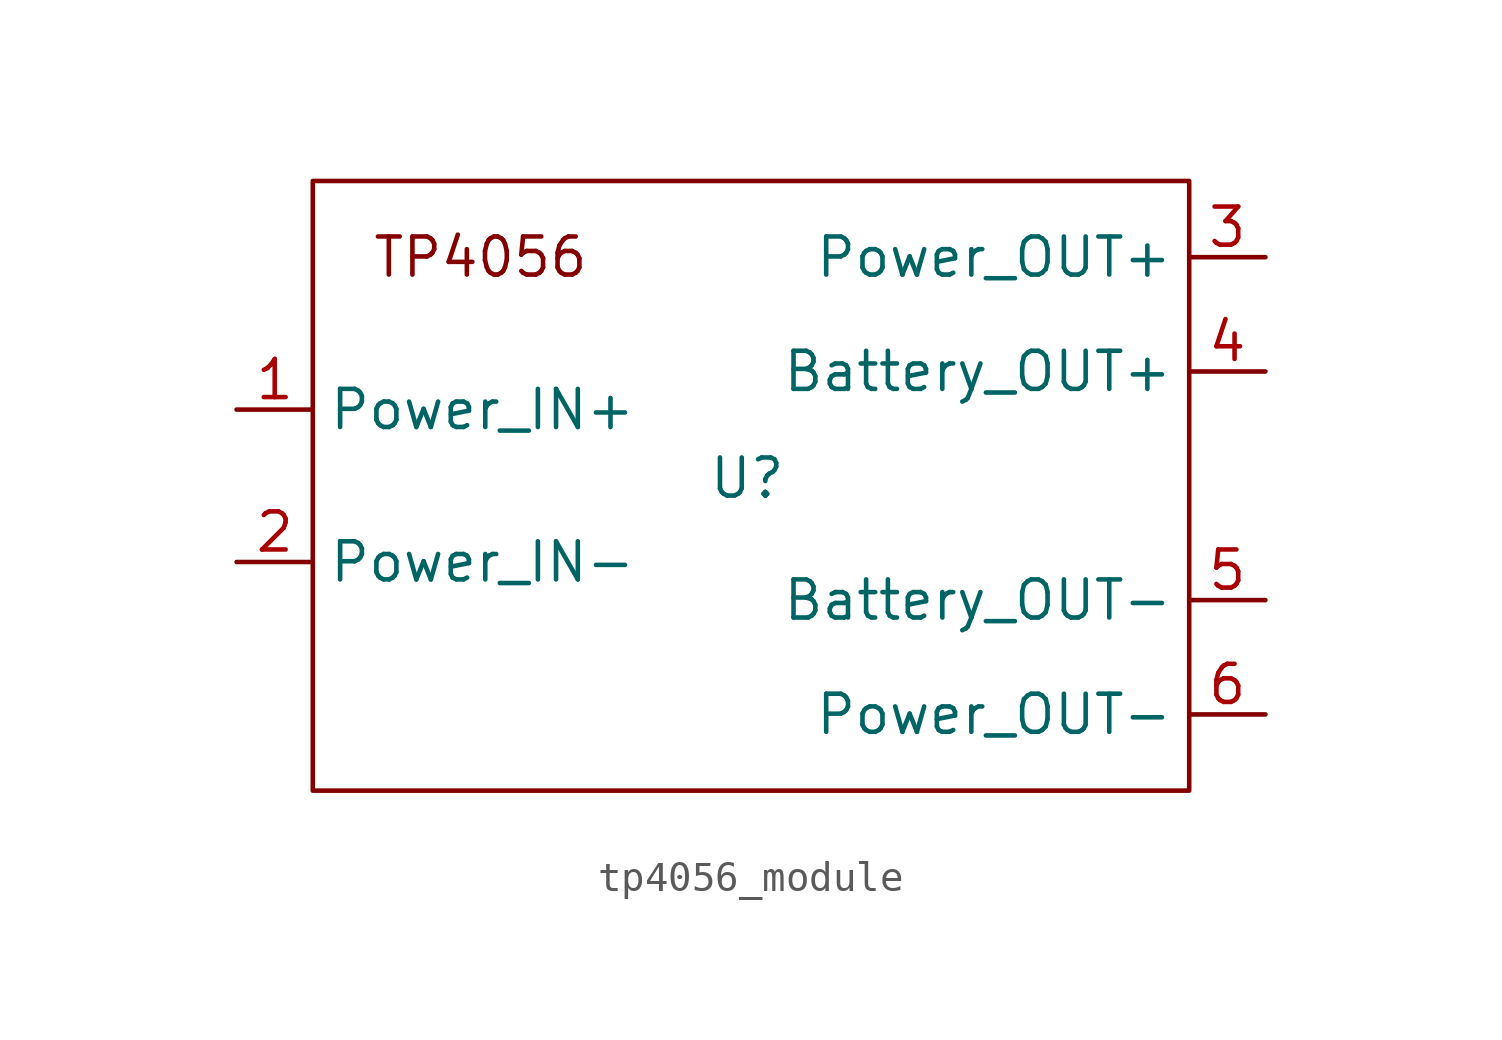
<source format=kicad_sym>
(kicad_symbol_lib
  (version 20231120)
  (generator "kicad_symbol_editor")
  (generator_version "8.0")
  (symbol "tp4056_module"
    (property "Reference" "U"
      (at 11.938 1.524 0)
      (effects (font (size 1.27 1.27))))
    (property "Value" ""
      (at 0 0 0)
      (effects (font (size 1.27 1.27))))
    (symbol "tp4056_module_0_1"
      (rectangle (start -2.54 11.43) (end 26.67 -8.89) (stroke (width 0) (type default)) (fill (type none))))
    (symbol "tp4056_module_1_1"
      (text "TP4056" (at 3.048 8.89 0) (effects (font (size 1.27 1.27))))
      (pin power_in line (at -5.08 3.81 0) (length 2.54) (name "Power_IN+" (effects (font (size 1.27 1.27)))) (number "1" (effects (font (size 1.27 1.27)))))
      (pin input line (at -5.08 -1.27 0) (length 2.54) (name "Power_IN-" (effects (font (size 1.27 1.27)))) (number "2" (effects (font (size 1.27 1.27)))))
      (pin power_out line (at 29.21 8.89 180) (length 2.54) (name "Power_OUT+" (effects (font (size 1.27 1.27)))) (number "3" (effects (font (size 1.27 1.27)))))
      (pin bidirectional line (at 29.21 5.08 180) (length 2.54) (name "Battery_OUT+" (effects (font (size 1.27 1.27)))) (number "4" (effects (font (size 1.27 1.27)))))
      (pin bidirectional line (at 29.21 -2.54 180) (length 2.54) (name "Battery_OUT-" (effects (font (size 1.27 1.27)))) (number "5" (effects (font (size 1.27 1.27)))))
      (pin power_out line (at 29.21 -6.35 180) (length 2.54) (name "Power_OUT-" (effects (font (size 1.27 1.27)))) (number "6" (effects (font (size 1.27 1.27))))))))
</source>
